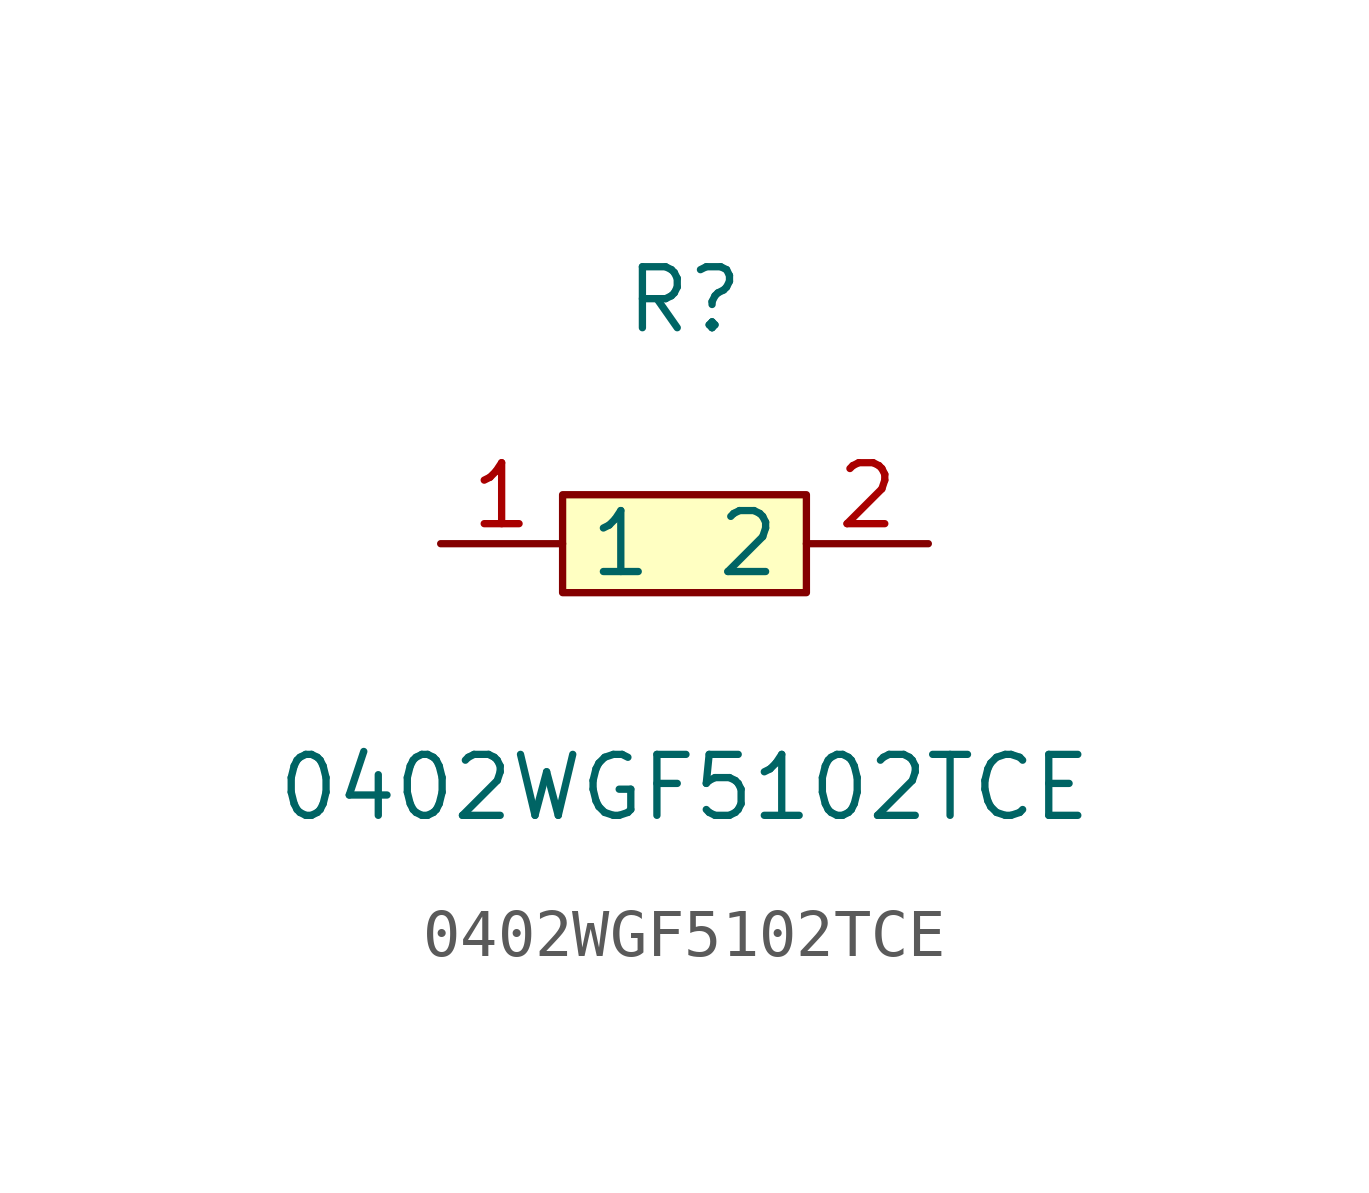
<source format=kicad_sym>
(kicad_symbol_lib
  (version 1)
  (generator "faebryk")
  (symbol "0402WGF5102TCE"
    (property "Reference" "R"
      (at 0 5.08 0)
      (effects (font (size 1.27 1.27)) (hide no)))
    (property "Value" "0402WGF5102TCE"
      (at 0 -5.08 0)
      (effects (font (size 1.27 1.27)) (hide no)))
    (symbol "0402WGF5102TCE_0_1"
      (rectangle (start -2.54 1.02) (end 2.54 -1.02) (stroke (width 0) (type default) (color 0 0 0 0)) (fill (type background)))
      (pin input line (at 5.08 0 180) (length 2.54) (name "2" (effects (font (size 1.27 1.27)) (hide no))) (number "2" (effects (font (size 1.27 1.27)) (hide no))))
      (pin input line (at -5.08 0 0) (length 2.54) (name "1" (effects (font (size 1.27 1.27)) (hide no))) (number "1" (effects (font (size 1.27 1.27)) (hide no)))))))
</source>
